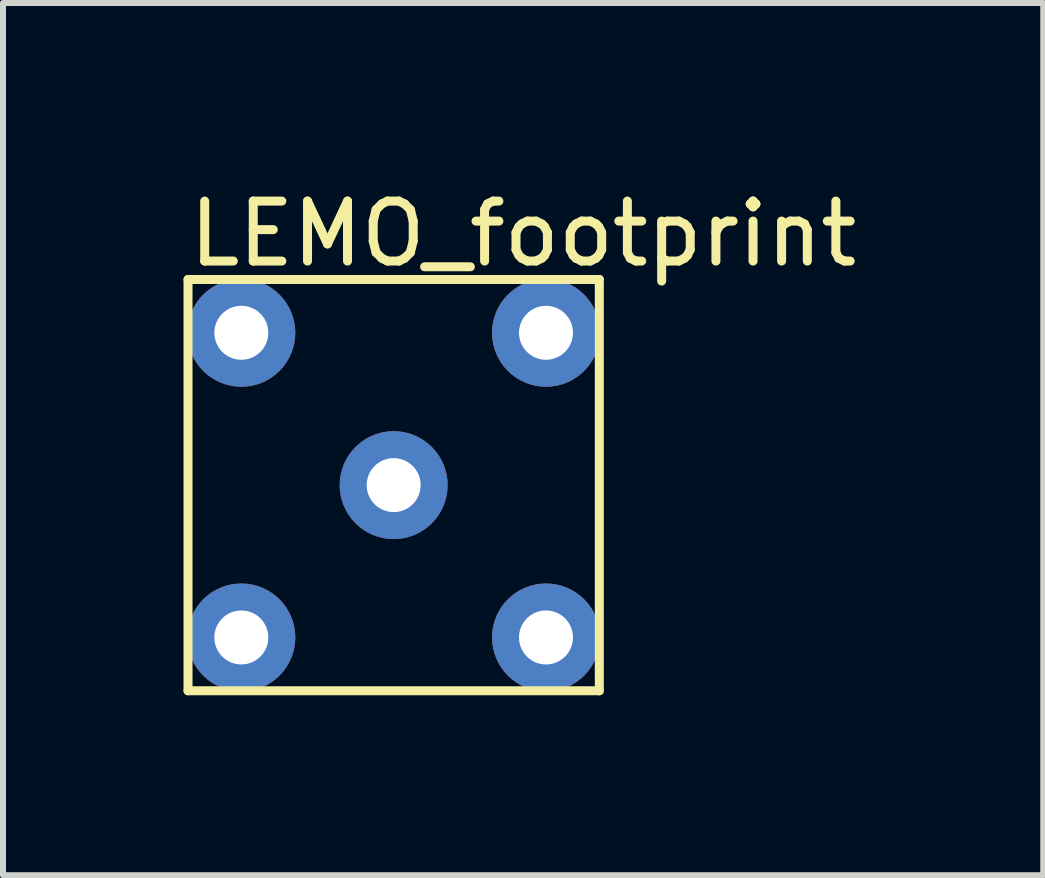
<source format=kicad_pcb>
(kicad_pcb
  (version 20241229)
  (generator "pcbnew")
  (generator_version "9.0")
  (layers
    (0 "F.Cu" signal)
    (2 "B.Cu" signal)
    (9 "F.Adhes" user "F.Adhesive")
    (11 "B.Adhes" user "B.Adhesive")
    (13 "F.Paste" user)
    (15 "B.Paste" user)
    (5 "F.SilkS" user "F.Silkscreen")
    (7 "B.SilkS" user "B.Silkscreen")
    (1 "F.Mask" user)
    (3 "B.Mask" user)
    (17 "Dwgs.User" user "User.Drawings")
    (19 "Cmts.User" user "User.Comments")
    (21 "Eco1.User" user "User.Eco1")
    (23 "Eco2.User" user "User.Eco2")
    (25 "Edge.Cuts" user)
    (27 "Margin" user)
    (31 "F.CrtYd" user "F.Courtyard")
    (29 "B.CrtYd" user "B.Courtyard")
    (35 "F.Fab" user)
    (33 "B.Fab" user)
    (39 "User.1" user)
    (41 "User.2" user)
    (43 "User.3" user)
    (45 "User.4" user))
  (footprint "LEMO_footprint"
    (layer "F.Cu")
    (at 3.514 5.039)
    (property "Reference" "LEMO_footprint" (at 2.159 -4.191 0) (layer "F.SilkS") (effects (font (size 1 1) (thickness 0.15))))
    (attr through_hole)
    (fp_line (start -3.429 -3.429) (end -3.429 3.429) (stroke (width 0.15) (type solid)) (layer "F.SilkS"))
    (fp_line (start -3.429 3.429) (end 3.429 3.429) (stroke (width 0.15) (type solid)) (layer "F.SilkS"))
    (fp_line (start 3.429 -3.429) (end -3.429 -3.429) (stroke (width 0.15) (type solid)) (layer "F.SilkS"))
    (fp_line (start 3.429 3.429) (end 3.429 -3.429) (stroke (width 0.15) (type solid)) (layer "F.SilkS"))
    (pad "1" thru_hole circle (at 0 0) (size 1.8 1.8) (drill 0.9) (layers "*.Cu" "*.Mask"))
    (pad "2" thru_hole circle (at -2.54 -2.54) (size 1.8 1.8) (drill 0.9) (layers "*.Cu" "*.Mask"))
    (pad "3" thru_hole circle (at 2.54 -2.54) (size 1.8 1.8) (drill 0.9) (layers "*.Cu" "*.Mask"))
    (pad "4" thru_hole circle (at 2.54 2.54) (size 1.8 1.8) (drill 0.9) (layers "*.Cu" "*.Mask"))
    (pad "5" thru_hole circle (at -2.54 2.54) (size 1.8 1.8) (drill 0.9) (layers "*.Cu" "*.Mask")))
  (gr_rect
    (start -3 -3)
    (end 14.345 11.543)
    (stroke (width 0.1) (type default))
    (fill no)
    (layer "Edge.Cuts")))
</source>
